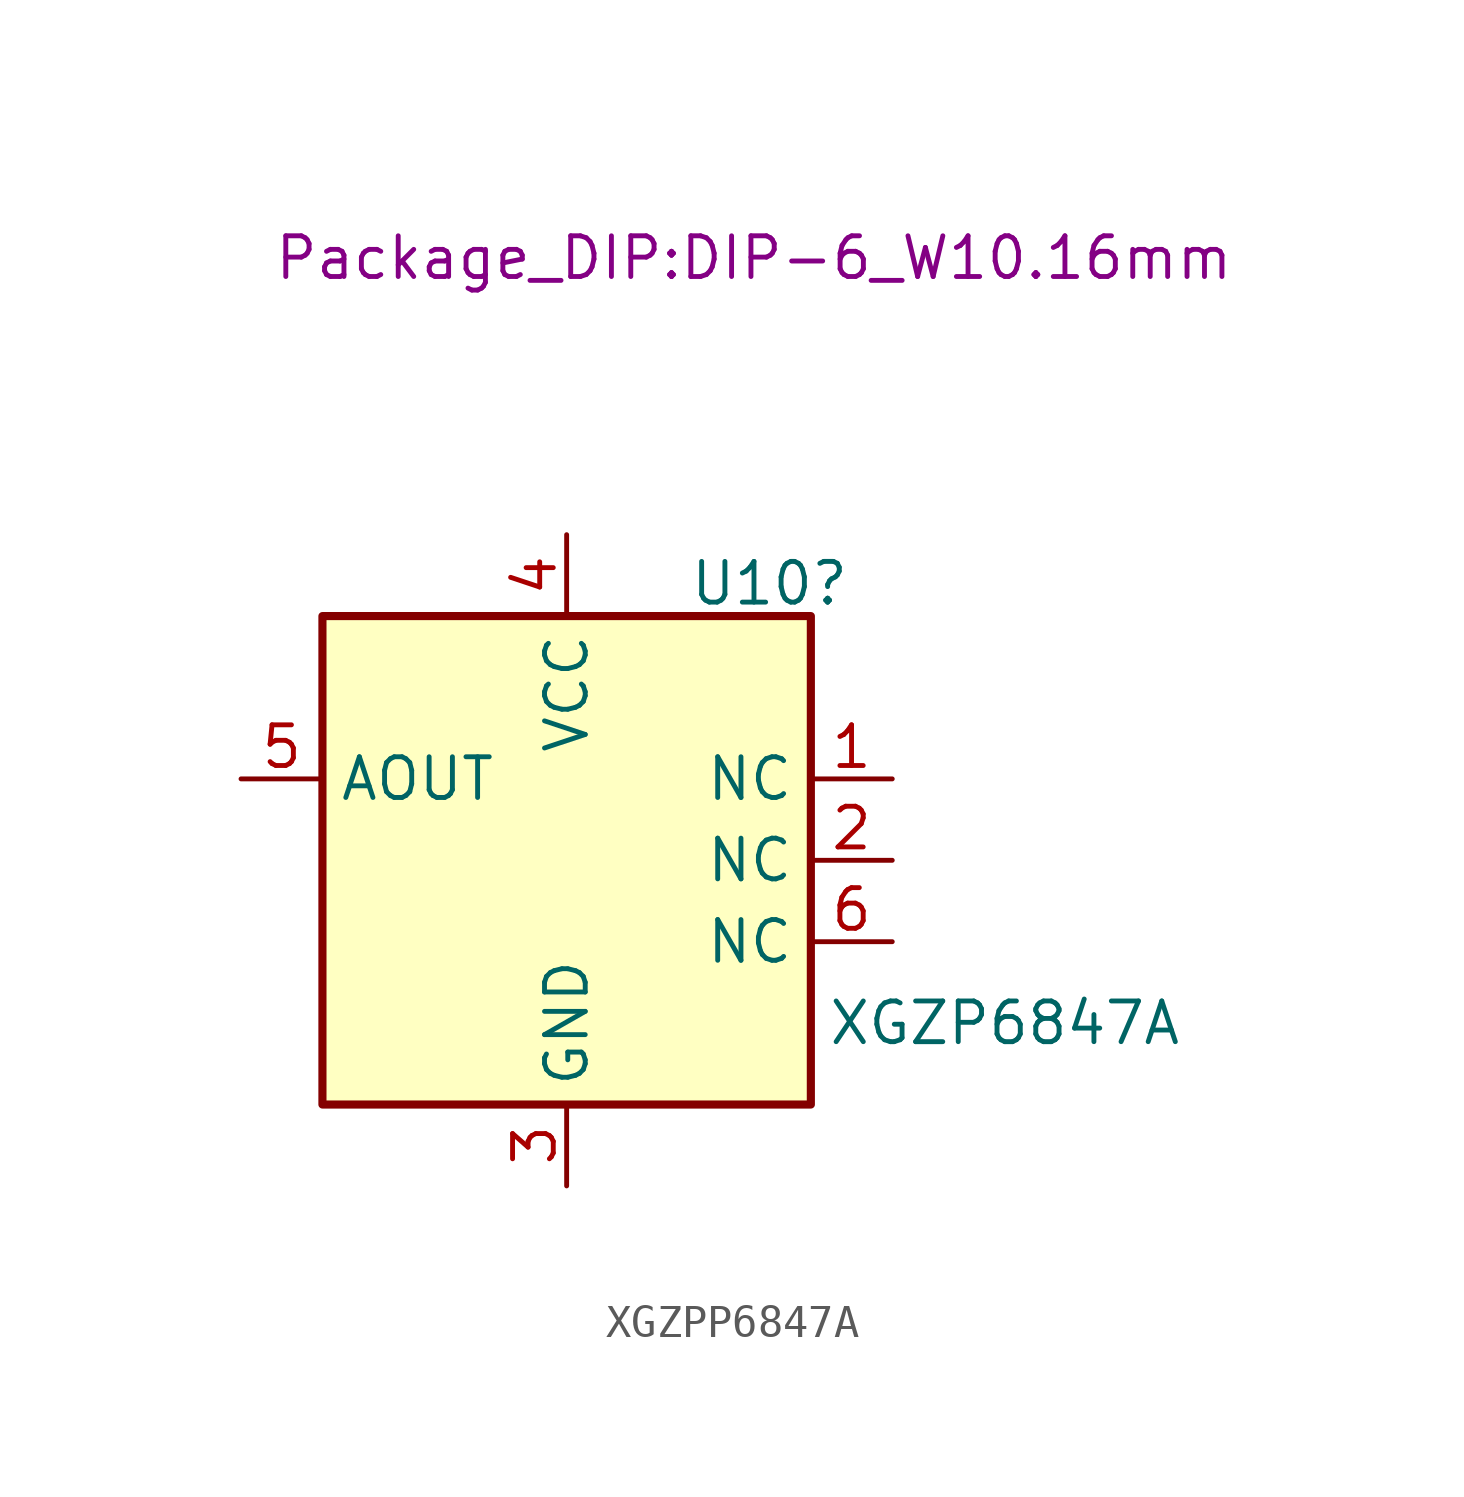
<source format=kicad_sym>
(kicad_symbol_lib
  (version 20231120)
  (generator "kicad_symbol_editor")
  (generator_version "8.0")
  (symbol "XGZPP6847A"
    (property "Reference" "U10"
      (at 3.81 8.636 0)
      (effects (font (size 1.27 1.27)) (justify left)))
    (property "Value" "XGZP6847A"
      (at 8.128 -5.08 0)
      (effects (font (size 1.27 1.27)) (justify left)))
    (property "Footprint" "Package_DIP:DIP-6_W10.16mm"
      (at 5.842 18.796 0)
      (effects (font (size 1.27 1.27))))
    (symbol "XGZPP6847A_0_1"
      (rectangle (start -7.62 7.62) (end 7.62 -7.62) (stroke (width 0.254) (type default)) (fill (type background))))
    (symbol "XGZPP6847A_1_1"
      (pin input line (at 10.16 2.54 180) (length 2.54) (name "NC" (effects (font (size 1.27 1.27)))) (number "1" (effects (font (size 1.27 1.27)))))
      (pin input line (at 10.16 0 180) (length 2.54) (name "NC" (effects (font (size 1.27 1.27)))) (number "2" (effects (font (size 1.27 1.27)))))
      (pin power_in line (at 0 -10.16 90) (length 2.54) (name "GND" (effects (font (size 1.27 1.27)))) (number "3" (effects (font (size 1.27 1.27)))))
      (pin power_in line (at 0 10.16 270) (length 2.54) (name "VCC" (effects (font (size 1.27 1.27)))) (number "4" (effects (font (size 1.27 1.27)))))
      (pin passive line (at -10.16 2.54 0) (length 2.54) (name "AOUT" (effects (font (size 1.27 1.27)))) (number "5" (effects (font (size 1.27 1.27)))))
      (pin input line (at 10.16 -2.54 180) (length 2.54) (name "NC" (effects (font (size 1.27 1.27)))) (number "6" (effects (font (size 1.27 1.27))))))))
</source>
